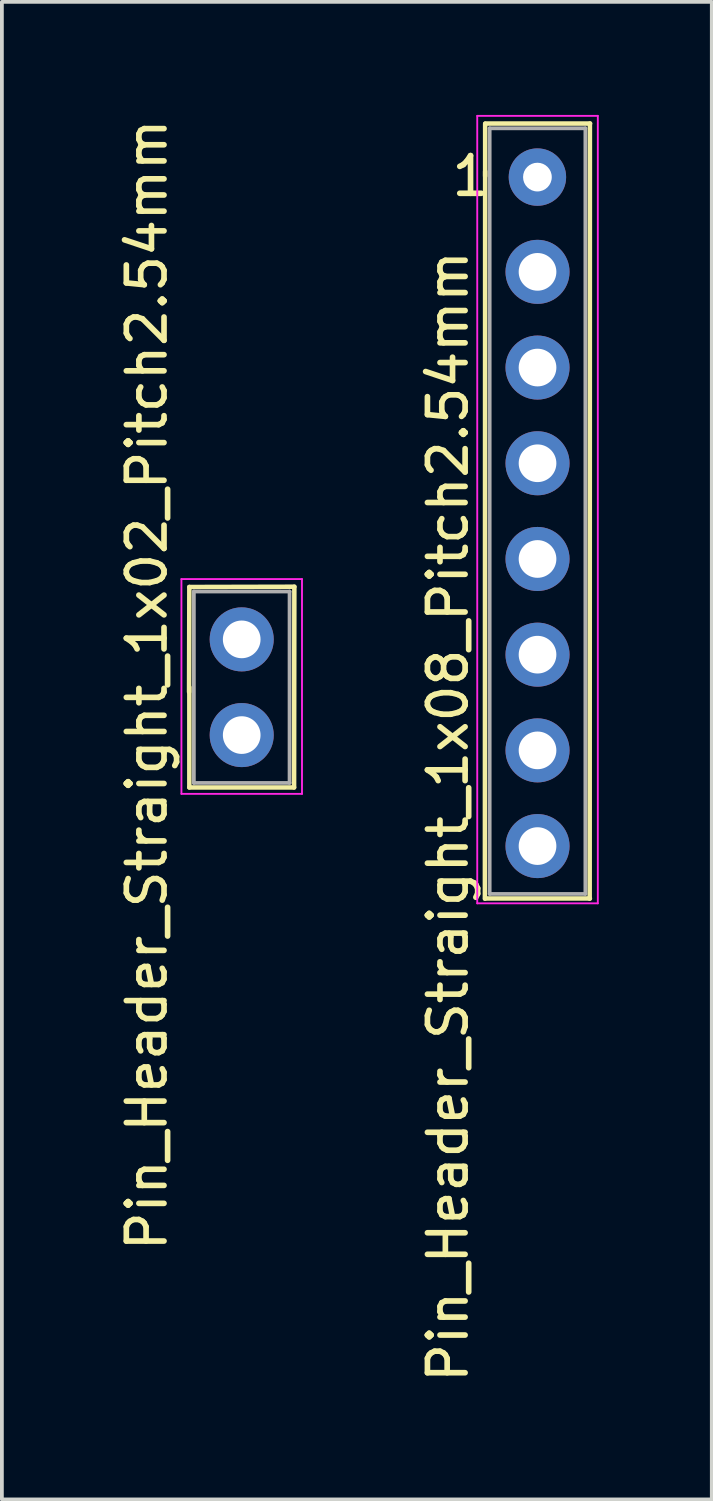
<source format=kicad_pcb>
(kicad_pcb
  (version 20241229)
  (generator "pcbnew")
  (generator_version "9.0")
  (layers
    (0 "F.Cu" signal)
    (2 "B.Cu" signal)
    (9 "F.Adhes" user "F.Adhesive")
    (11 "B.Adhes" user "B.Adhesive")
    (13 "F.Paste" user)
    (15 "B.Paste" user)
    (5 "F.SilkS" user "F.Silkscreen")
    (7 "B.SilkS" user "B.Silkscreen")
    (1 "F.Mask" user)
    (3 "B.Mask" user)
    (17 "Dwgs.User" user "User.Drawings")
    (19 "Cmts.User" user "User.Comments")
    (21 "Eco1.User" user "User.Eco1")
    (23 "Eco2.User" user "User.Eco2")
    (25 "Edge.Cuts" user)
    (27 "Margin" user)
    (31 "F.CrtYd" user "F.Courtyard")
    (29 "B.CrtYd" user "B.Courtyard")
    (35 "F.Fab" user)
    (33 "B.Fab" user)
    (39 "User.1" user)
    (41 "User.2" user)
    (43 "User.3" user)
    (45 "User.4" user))
  (footprint "Pin_Header_Straight_1x02_Pitch2.54mm"
    (layer "F.Cu")
    (at 3.365 13.919)
    (property "Reference" "Pin_Header_Straight_1x02_Pitch2.54mm" (at -2.517 1.206 90) (layer "F.SilkS") (effects (font (size 1 1) (thickness 0.15))))
    (attr through_hole)
    (fp_line (start -1.397 1.397) (end -1.39 -1.39) (stroke (width 0.12) (type solid)) (layer "F.SilkS"))
    (fp_line (start -1.39 -1.39) (end 1.397 -1.397) (stroke (width 0.12) (type solid)) (layer "F.SilkS"))
    (fp_line (start -1.39 1.27) (end -1.39 3.93) (stroke (width 0.12) (type solid)) (layer "F.SilkS"))
    (fp_line (start -1.39 3.93) (end 1.39 3.93) (stroke (width 0.12) (type solid)) (layer "F.SilkS"))
    (fp_line (start 1.39 3.93) (end 1.397 -1.397) (stroke (width 0.12) (type solid)) (layer "F.SilkS"))
    (fp_line (start -1.6 -1.6) (end -1.6 4.1) (stroke (width 0.05) (type solid)) (layer "F.CrtYd"))
    (fp_line (start -1.6 4.1) (end 1.6 4.1) (stroke (width 0.05) (type solid)) (layer "F.CrtYd"))
    (fp_line (start 1.6 -1.6) (end -1.6 -1.6) (stroke (width 0.05) (type solid)) (layer "F.CrtYd"))
    (fp_line (start 1.6 4.1) (end 1.6 -1.6) (stroke (width 0.05) (type solid)) (layer "F.CrtYd"))
    (fp_line (start -1.27 -1.27) (end -1.27 3.81) (stroke (width 0.1) (type solid)) (layer "F.Fab"))
    (fp_line (start -1.27 3.81) (end 1.27 3.81) (stroke (width 0.1) (type solid)) (layer "F.Fab"))
    (fp_line (start 1.27 -1.27) (end -1.27 -1.27) (stroke (width 0.1) (type solid)) (layer "F.Fab"))
    (fp_line (start 1.27 3.81) (end 1.27 -1.27) (stroke (width 0.1) (type solid)) (layer "F.Fab"))
    (pad "1" thru_hole oval (at 0 0) (size 1.7 1.7) (drill 1) (layers "*.Cu" "*.Mask"))
    (pad "2" thru_hole oval (at 0 2.54) (size 1.7 1.7) (drill 1) (layers "*.Cu" "*.Mask")))
  (footprint "Pin_Header_Straight_1x08_Pitch2.54mm"
    (layer "F.Cu")
    (at 11.216 1.625)
    (property "Reference" "Pin_Header_Straight_1x08_Pitch2.54mm" (at -2.377 16.995 90) (layer "F.SilkS") (effects (font (size 1 1) (thickness 0.15))))
    (attr through_hole)
    (fp_line (start -1.39 -0.127) (end -1.397 19.177) (stroke (width 0.12) (type solid)) (layer "F.SilkS"))
    (fp_line (start -1.39 0) (end -1.39 -1.39) (stroke (width 0.12) (type solid)) (layer "F.SilkS"))
    (fp_line (start -1.39 19.17) (end 1.39 19.17) (stroke (width 0.12) (type solid)) (layer "F.SilkS"))
    (fp_line (start 1.384 19.177) (end 1.39 -1.397) (stroke (width 0.12) (type solid)) (layer "F.SilkS"))
    (fp_line (start 1.395 -1.397) (end -1.385 -1.397) (stroke (width 0.12) (type solid)) (layer "F.SilkS"))
    (fp_line (start -1.6 -1.6) (end -1.6 19.3) (stroke (width 0.05) (type solid)) (layer "F.CrtYd"))
    (fp_line (start -1.6 19.3) (end 1.6 19.3) (stroke (width 0.05) (type solid)) (layer "F.CrtYd"))
    (fp_line (start 1.6 -1.6) (end -1.6 -1.6) (stroke (width 0.05) (type solid)) (layer "F.CrtYd"))
    (fp_line (start 1.6 19.3) (end 1.6 -1.6) (stroke (width 0.05) (type solid)) (layer "F.CrtYd"))
    (fp_line (start -1.27 -1.27) (end -1.27 19.05) (stroke (width 0.1) (type solid)) (layer "F.Fab"))
    (fp_line (start -1.27 19.05) (end 1.27 19.05) (stroke (width 0.1) (type solid)) (layer "F.Fab"))
    (fp_line (start 1.27 -1.27) (end -1.27 -1.27) (stroke (width 0.1) (type solid)) (layer "F.Fab"))
    (fp_line (start 1.27 19.05) (end 1.27 -1.27) (stroke (width 0.1) (type solid)) (layer "F.Fab"))
    (fp_text user "1" (at -1.778 0 0) (layer "F.SilkS") (effects (font (size 1 1) (thickness 0.15))))
    (pad "1" thru_hole circle (at -0.003 0.025) (size 1.524 1.524) (drill 0.762) (layers "*.Cu" "*.Mask"))
    (pad "2" thru_hole oval (at 0 2.54) (size 1.7 1.7) (drill 1) (layers "*.Cu" "*.Mask"))
    (pad "3" thru_hole oval (at 0 5.08) (size 1.7 1.7) (drill 1) (layers "*.Cu" "*.Mask"))
    (pad "4" thru_hole oval (at 0 7.62) (size 1.7 1.7) (drill 1) (layers "*.Cu" "*.Mask"))
    (pad "5" thru_hole oval (at 0 10.16) (size 1.7 1.7) (drill 1) (layers "*.Cu" "*.Mask"))
    (pad "6" thru_hole oval (at 0 12.7) (size 1.7 1.7) (drill 1) (layers "*.Cu" "*.Mask"))
    (pad "7" thru_hole oval (at 0 15.24) (size 1.7 1.7) (drill 1) (layers "*.Cu" "*.Mask"))
    (pad "8" thru_hole oval (at 0 17.78) (size 1.7 1.7) (drill 1) (layers "*.Cu" "*.Mask")))
  (gr_rect
    (start -3 -3)
    (end 15.841 36.745)
    (stroke (width 0.1) (type default))
    (fill no)
    (layer "Edge.Cuts")))
</source>
